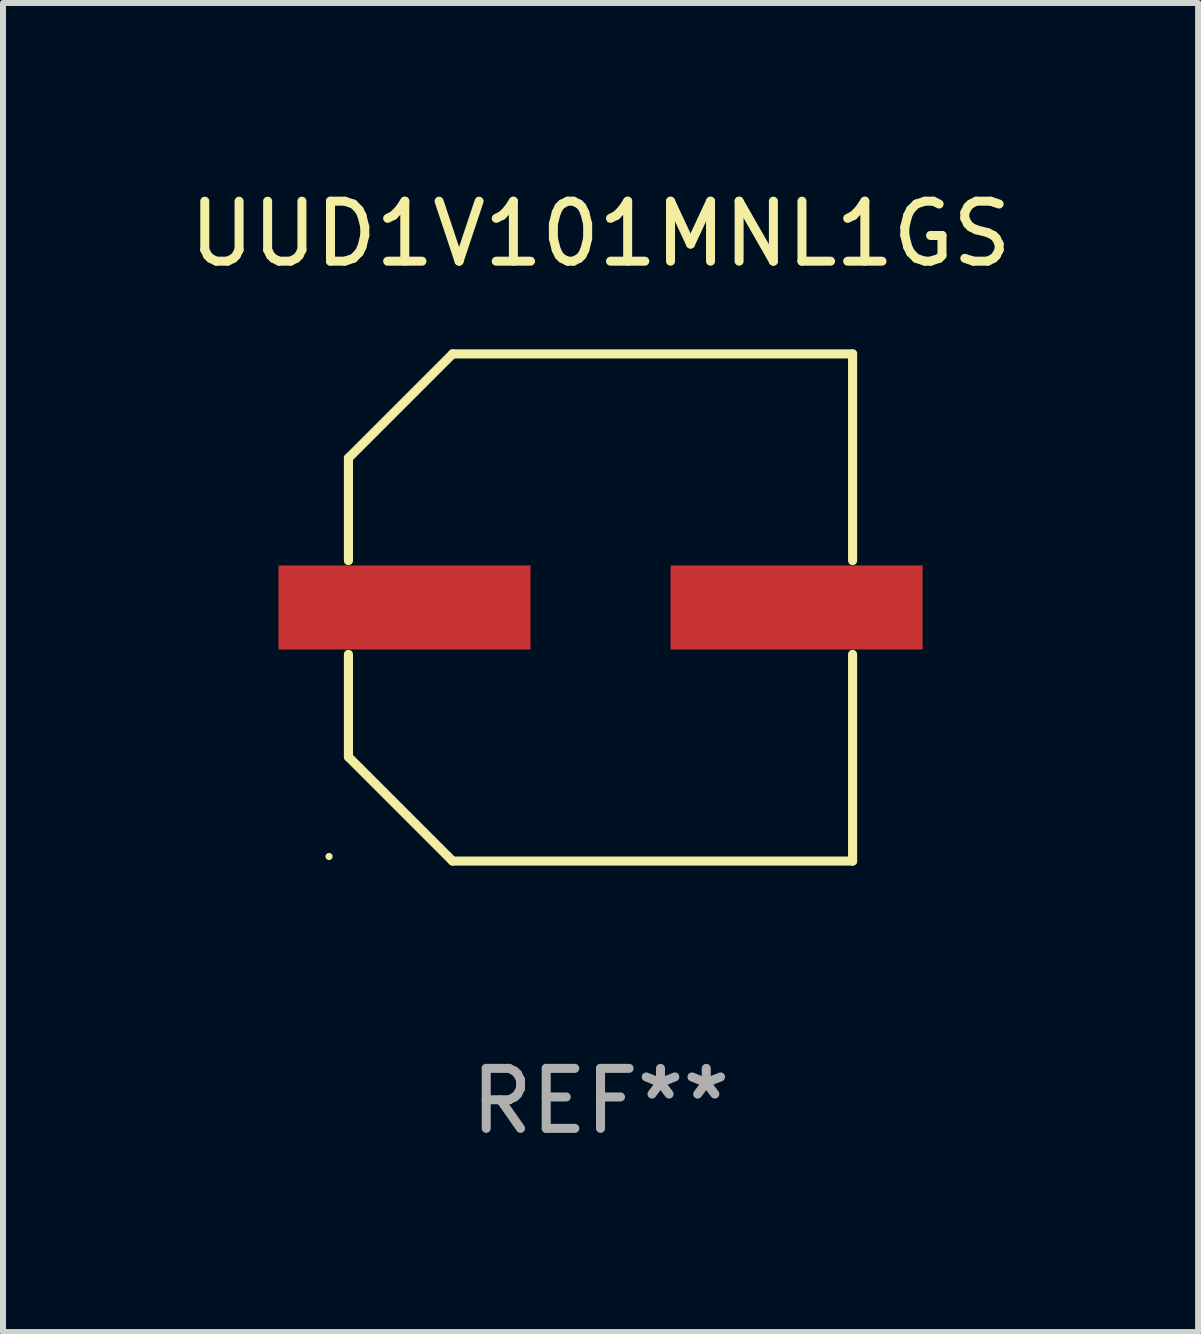
<source format=kicad_pcb>
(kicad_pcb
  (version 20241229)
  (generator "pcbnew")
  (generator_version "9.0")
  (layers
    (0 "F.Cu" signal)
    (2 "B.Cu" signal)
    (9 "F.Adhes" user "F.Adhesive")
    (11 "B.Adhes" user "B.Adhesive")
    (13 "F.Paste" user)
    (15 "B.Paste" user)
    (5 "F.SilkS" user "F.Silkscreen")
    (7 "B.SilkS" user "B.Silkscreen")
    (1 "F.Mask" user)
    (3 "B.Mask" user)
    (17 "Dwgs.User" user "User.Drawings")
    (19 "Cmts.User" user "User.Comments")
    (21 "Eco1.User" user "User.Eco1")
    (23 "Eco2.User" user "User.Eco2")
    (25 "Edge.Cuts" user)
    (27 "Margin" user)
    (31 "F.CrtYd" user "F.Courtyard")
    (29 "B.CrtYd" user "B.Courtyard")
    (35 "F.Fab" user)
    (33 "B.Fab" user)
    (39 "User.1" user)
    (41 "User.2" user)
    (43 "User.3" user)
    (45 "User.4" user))
  (footprint "UUD1V101MNL1GS"
    (layer "F.Cu")
    (at 6.958 7.074)
    (property "Reference" "UUD1V101MNL1GS" (at 0 -6.226 0) (layer "F.SilkS") (effects (font (size 1 1) (thickness 0.15))))
    (attr through_hole)
    (fp_line (start -4.201 -2.49) (end -4.201 -0.782) (stroke (width 0.152) (type solid)) (layer "F.SilkS"))
    (fp_line (start -4.201 2.49) (end -4.201 0.782) (stroke (width 0.152) (type solid)) (layer "F.SilkS"))
    (fp_line (start -2.465 -4.226) (end -4.201 -2.49) (stroke (width 0.152) (type solid)) (layer "F.SilkS"))
    (fp_line (start -2.465 4.226) (end -4.201 2.49) (stroke (width 0.152) (type solid)) (layer "F.SilkS"))
    (fp_line (start 4.201 -4.226) (end -2.465 -4.226) (stroke (width 0.152) (type solid)) (layer "F.SilkS"))
    (fp_line (start 4.201 -0.782) (end 4.201 -4.226) (stroke (width 0.152) (type solid)) (layer "F.SilkS"))
    (fp_line (start 4.201 0.782) (end 4.201 4.226) (stroke (width 0.152) (type solid)) (layer "F.SilkS"))
    (fp_line (start 4.201 4.226) (end -2.465 4.226) (stroke (width 0.152) (type solid)) (layer "F.SilkS"))
    (fp_circle (center -4.524 4.15) (end -4.494 4.15) (stroke (width 0.06) (type solid)) (fill no) (layer "F.SilkS"))
    (fp_text user "REF**" (at 0 8.226 0) (layer "F.Fab") (effects (font (size 1 1) (thickness 0.15))))
    (pad "1" smd rect (at -3.267 0) (size 4.2 1.4) (layers "F.Cu" "F.Mask" "F.Paste"))
    (pad "2" smd rect (at 3.267 0) (size 4.2 1.4) (layers "F.Cu" "F.Mask" "F.Paste")))
  (gr_rect
    (start -3 -3)
    (end 16.917 19.149)
    (stroke (width 0.1) (type default))
    (fill no)
    (layer "Edge.Cuts")))
</source>
